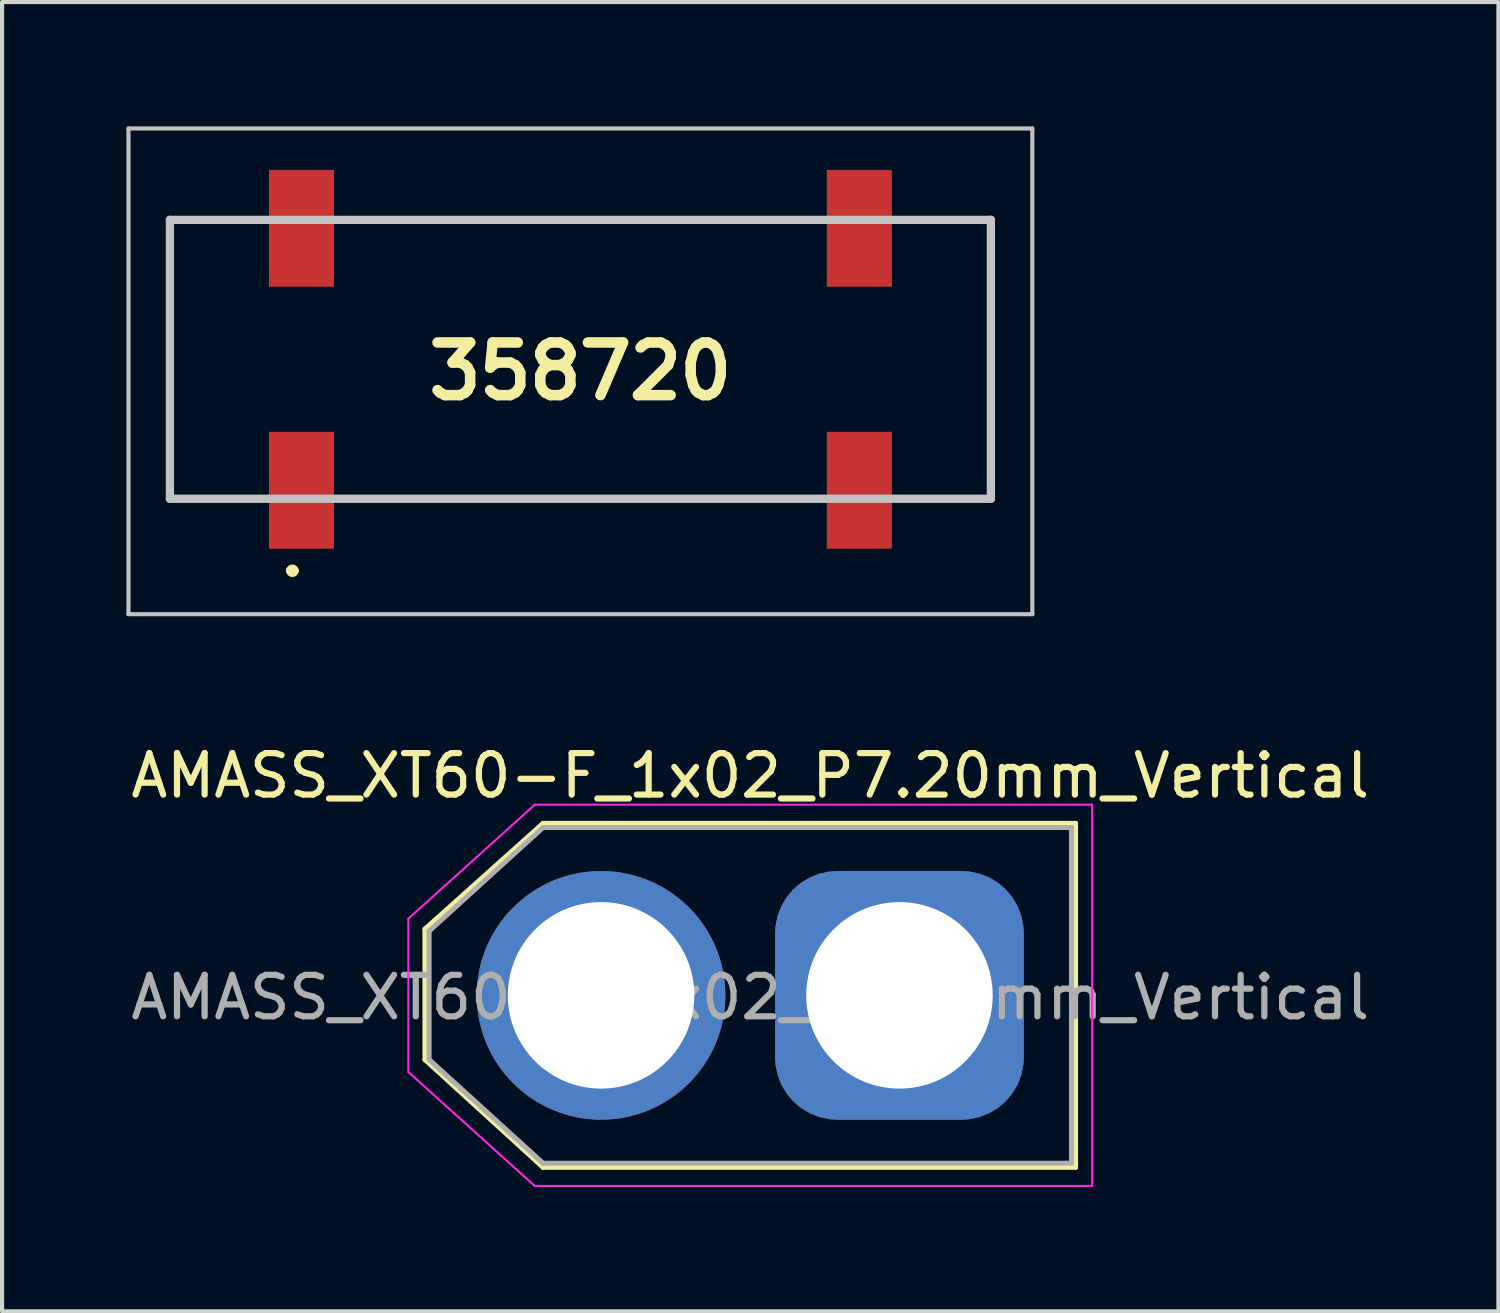
<source format=kicad_pcb>
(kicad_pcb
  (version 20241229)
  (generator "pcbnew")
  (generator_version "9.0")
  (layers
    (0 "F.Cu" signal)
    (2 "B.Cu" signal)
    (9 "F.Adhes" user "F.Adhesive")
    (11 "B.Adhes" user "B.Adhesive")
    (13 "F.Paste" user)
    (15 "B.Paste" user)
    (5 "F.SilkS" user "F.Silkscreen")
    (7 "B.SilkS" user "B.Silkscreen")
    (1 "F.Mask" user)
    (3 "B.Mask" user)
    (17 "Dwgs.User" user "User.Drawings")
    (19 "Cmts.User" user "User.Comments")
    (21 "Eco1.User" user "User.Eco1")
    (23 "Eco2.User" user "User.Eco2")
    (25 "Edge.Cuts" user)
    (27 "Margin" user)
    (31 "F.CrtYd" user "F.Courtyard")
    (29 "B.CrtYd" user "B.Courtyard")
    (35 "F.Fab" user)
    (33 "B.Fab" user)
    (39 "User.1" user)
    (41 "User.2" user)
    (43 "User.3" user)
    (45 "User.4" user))
  (footprint "AMASS_XT60-F_1x02_P7.20mm_Vertical"
    (layer "F.Cu")
    (at 11.374 20.948)
    (property "Reference" "AMASS_XT60-F_1x02_P7.20mm_Vertical" (at 3.68 -5.28 0) (layer "F.SilkS") (effects (font (size 1 1) (thickness 0.15))))
    (attr through_hole)
    (fp_line (start -4.17 -1.58) (end -4.17 1.57) (stroke (width 0.12) (type solid)) (layer "F.SilkS"))
    (fp_line (start -4.17 1.57) (end -1.32 4.17) (stroke (width 0.12) (type solid)) (layer "F.SilkS"))
    (fp_line (start -1.32 -4.13) (end -4.17 -1.58) (stroke (width 0.12) (type solid)) (layer "F.SilkS"))
    (fp_line (start -1.32 4.17) (end 11.53 4.17) (stroke (width 0.12) (type solid)) (layer "F.SilkS"))
    (fp_line (start 11.53 -4.13) (end -1.32 -4.13) (stroke (width 0.12) (type solid)) (layer "F.SilkS"))
    (fp_line (start 11.53 4.17) (end 11.53 -4.13) (stroke (width 0.12) (type solid)) (layer "F.SilkS"))
    (fp_line (start -4.57 -1.83) (end -1.52 -4.58) (stroke (width 0.05) (type solid)) (layer "F.CrtYd"))
    (fp_line (start -4.57 1.87) (end -4.57 -1.83) (stroke (width 0.05) (type solid)) (layer "F.CrtYd"))
    (fp_line (start -1.52 -4.58) (end 11.93 -4.58) (stroke (width 0.05) (type solid)) (layer "F.CrtYd"))
    (fp_line (start -1.52 4.62) (end -4.57 1.87) (stroke (width 0.05) (type solid)) (layer "F.CrtYd"))
    (fp_line (start 11.93 -4.58) (end 11.93 4.62) (stroke (width 0.05) (type solid)) (layer "F.CrtYd"))
    (fp_line (start 11.93 4.62) (end -1.52 4.62) (stroke (width 0.05) (type solid)) (layer "F.CrtYd"))
    (fp_line (start -4.07 -1.53) (end -4.07 1.57) (stroke (width 0.12) (type solid)) (layer "F.Fab"))
    (fp_line (start -4.07 1.57) (end -1.32 4.07) (stroke (width 0.12) (type solid)) (layer "F.Fab"))
    (fp_line (start -1.32 -4.03) (end -4.07 -1.53) (stroke (width 0.12) (type solid)) (layer "F.Fab"))
    (fp_line (start -1.32 4.07) (end 11.43 4.07) (stroke (width 0.12) (type solid)) (layer "F.Fab"))
    (fp_line (start 11.43 -4.03) (end -1.32 -4.03) (stroke (width 0.12) (type solid)) (layer "F.Fab"))
    (fp_line (start 11.43 4.07) (end 11.43 -4.03) (stroke (width 0.12) (type solid)) (layer "F.Fab"))
    (fp_text user "${REFERENCE}" (at 3.68 0.07 0) (layer "F.Fab") (effects (font (size 1 1) (thickness 0.15))))
    (pad "1" thru_hole circle (at 0.08 0.02) (size 6 6) (drill 4.5) (layers "*.Cu" "*.Mask"))
    (pad "2" thru_hole roundrect (at 7.28 0.02) (size 6 6) (drill 4.5) (layers "*.Cu" "*.Mask") (roundrect_rratio 0.25)))
  (footprint "358720"
    (layer "F.Cu")
    (at 10.955 5.62)
    (property "Reference" "358720" (at 0 0.29 180) (layer "F.SilkS") (effects (font (size 1.27 1.27) (thickness 0.254))))
    (attr smd)
    (fp_line (start -9.905 -3.365) (end -9.905 -3.365) (stroke (width 0.1) (type solid)) (layer "F.SilkS"))
    (fp_line (start -9.905 -3.365) (end -9.905 -3.365) (stroke (width 0.1) (type solid)) (layer "F.SilkS"))
    (fp_line (start -9.905 -3.365) (end -9.905 3.365) (stroke (width 0.1) (type solid)) (layer "F.SilkS"))
    (fp_line (start -9.905 -3.365) (end -8.5 -3.365) (stroke (width 0.1) (type solid)) (layer "F.SilkS"))
    (fp_line (start -9.905 3.365) (end -9.905 -3.365) (stroke (width 0.1) (type solid)) (layer "F.SilkS"))
    (fp_line (start -9.905 3.365) (end -9.905 3.365) (stroke (width 0.1) (type solid)) (layer "F.SilkS"))
    (fp_line (start -9.905 3.365) (end -9.905 3.365) (stroke (width 0.1) (type solid)) (layer "F.SilkS"))
    (fp_line (start -9.905 3.365) (end -8.25 3.365) (stroke (width 0.1) (type solid)) (layer "F.SilkS"))
    (fp_line (start -8.5 -3.365) (end -9.905 -3.365) (stroke (width 0.1) (type solid)) (layer "F.SilkS"))
    (fp_line (start -8.5 -3.365) (end -8.5 -3.365) (stroke (width 0.1) (type solid)) (layer "F.SilkS"))
    (fp_line (start -8.25 3.365) (end -9.905 3.365) (stroke (width 0.1) (type solid)) (layer "F.SilkS"))
    (fp_line (start -8.25 3.365) (end -8.25 3.365) (stroke (width 0.1) (type solid)) (layer "F.SilkS"))
    (fp_line (start -7 5.1) (end -7 5.1) (stroke (width 0.2) (type solid)) (layer "F.SilkS"))
    (fp_line (start -7 5.1) (end -7 5.1) (stroke (width 0.2) (type solid)) (layer "F.SilkS"))
    (fp_line (start -6.9 5.1) (end -6.9 5.1) (stroke (width 0.2) (type solid)) (layer "F.SilkS"))
    (fp_line (start -5.25 -3.365) (end -5.25 -3.365) (stroke (width 0.1) (type solid)) (layer "F.SilkS"))
    (fp_line (start -5.25 -3.365) (end 5.25 -3.365) (stroke (width 0.1) (type solid)) (layer "F.SilkS"))
    (fp_line (start -5 3.365) (end -5 3.365) (stroke (width 0.1) (type solid)) (layer "F.SilkS"))
    (fp_line (start -5 3.365) (end 5.25 3.365) (stroke (width 0.1) (type solid)) (layer "F.SilkS"))
    (fp_line (start 5.25 -3.365) (end -5.25 -3.365) (stroke (width 0.1) (type solid)) (layer "F.SilkS"))
    (fp_line (start 5.25 -3.365) (end 5.25 -3.365) (stroke (width 0.1) (type solid)) (layer "F.SilkS"))
    (fp_line (start 5.25 3.365) (end -5 3.365) (stroke (width 0.1) (type solid)) (layer "F.SilkS"))
    (fp_line (start 5.25 3.365) (end 5.25 3.365) (stroke (width 0.1) (type solid)) (layer "F.SilkS"))
    (fp_line (start 8.25 -3.365) (end 8.25 -3.365) (stroke (width 0.1) (type solid)) (layer "F.SilkS"))
    (fp_line (start 8.25 -3.365) (end 9.905 -3.365) (stroke (width 0.1) (type solid)) (layer "F.SilkS"))
    (fp_line (start 8.25 3.365) (end 8.25 3.365) (stroke (width 0.1) (type solid)) (layer "F.SilkS"))
    (fp_line (start 8.25 3.365) (end 9.905 3.365) (stroke (width 0.1) (type solid)) (layer "F.SilkS"))
    (fp_line (start 9.905 -3.365) (end 8.25 -3.365) (stroke (width 0.1) (type solid)) (layer "F.SilkS"))
    (fp_line (start 9.905 -3.365) (end 9.905 -3.365) (stroke (width 0.1) (type solid)) (layer "F.SilkS"))
    (fp_line (start 9.905 -3.365) (end 9.905 -3.365) (stroke (width 0.1) (type solid)) (layer "F.SilkS"))
    (fp_line (start 9.905 -3.365) (end 9.905 3.365) (stroke (width 0.1) (type solid)) (layer "F.SilkS"))
    (fp_line (start 9.905 3.365) (end 8.25 3.365) (stroke (width 0.1) (type solid)) (layer "F.SilkS"))
    (fp_line (start 9.905 3.365) (end 9.905 -3.365) (stroke (width 0.1) (type solid)) (layer "F.SilkS"))
    (fp_line (start 9.905 3.365) (end 9.905 3.365) (stroke (width 0.1) (type solid)) (layer "F.SilkS"))
    (fp_line (start 9.905 3.365) (end 9.905 3.365) (stroke (width 0.1) (type solid)) (layer "F.SilkS"))
    (fp_arc (start -7 5.1) (mid -6.95 5.05) (end -6.9 5.1) (stroke (width 0.2) (type solid)) (layer "F.SilkS"))
    (fp_arc (start -6.9 5.1) (mid -6.95 5.15) (end -7 5.1) (stroke (width 0.2) (type solid)) (layer "F.SilkS"))
    (fp_arc (start -6.9 5.1) (mid -6.95 5.15) (end -7 5.1) (stroke (width 0.2) (type solid)) (layer "F.SilkS"))
    (fp_line (start -10.905 -5.57) (end 10.905 -5.57) (stroke (width 0.1) (type solid)) (layer "Dwgs.User"))
    (fp_line (start -10.905 6.15) (end -10.905 -5.57) (stroke (width 0.1) (type solid)) (layer "Dwgs.User"))
    (fp_line (start -9.905 -3.365) (end -9.905 3.365) (stroke (width 0.2) (type solid)) (layer "Dwgs.User"))
    (fp_line (start -9.905 3.365) (end 9.905 3.365) (stroke (width 0.2) (type solid)) (layer "Dwgs.User"))
    (fp_line (start 9.905 -3.365) (end -9.905 -3.365) (stroke (width 0.2) (type solid)) (layer "Dwgs.User"))
    (fp_line (start 9.905 3.365) (end 9.905 -3.365) (stroke (width 0.2) (type solid)) (layer "Dwgs.User"))
    (fp_line (start 10.905 -5.57) (end 10.905 6.15) (stroke (width 0.1) (type solid)) (layer "Dwgs.User"))
    (fp_line (start 10.905 6.15) (end -10.905 6.15) (stroke (width 0.1) (type solid)) (layer "Dwgs.User"))
    (pad "1" smd rect (at -6.73 3.16) (size 1.57 2.82) (layers "F.Cu" "F.Mask" "F.Paste"))
    (pad "2" smd rect (at 6.73 3.16) (size 1.57 2.82) (layers "F.Cu" "F.Mask" "F.Paste"))
    (pad "3" smd rect (at 6.73 -3.16) (size 1.57 2.82) (layers "F.Cu" "F.Mask" "F.Paste"))
    (pad "4" smd rect (at -6.73 -3.16) (size 1.57 2.82) (layers "F.Cu" "F.Mask" "F.Paste")))
  (gr_rect
    (start -3 -3)
    (end 33.107 28.593)
    (stroke (width 0.1) (type default))
    (fill no)
    (layer "Edge.Cuts")))
</source>
